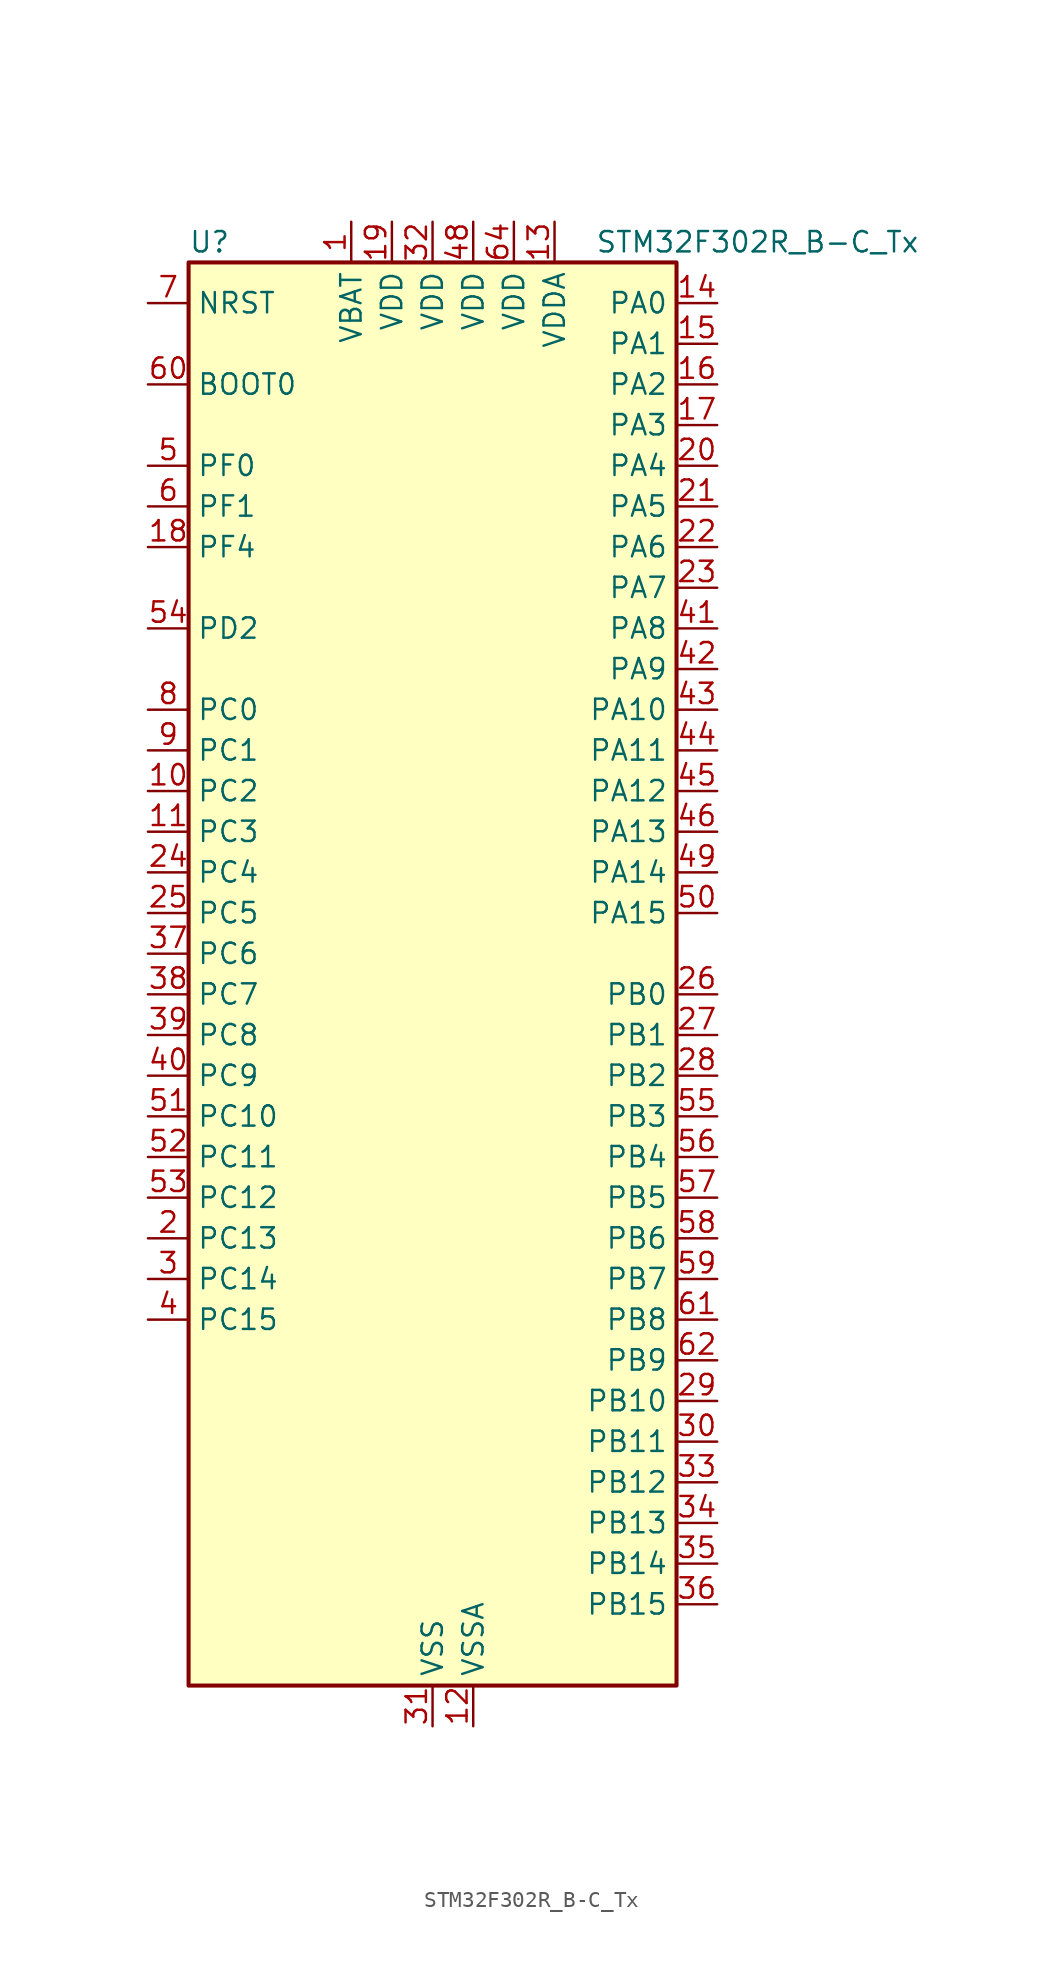
<source format=kicad_sym>
(kicad_symbol_lib
  (version 20231120)
  (generator "kicad_symbol_editor")
  (generator_version "8.0")
  (symbol "STM32F302R_B-C_Tx"
    (property "Reference" "U"
      (at -15.24 46.99 0)
      (effects (font (size 1.27 1.27)) (justify left)))
    (property "Value" "STM32F302R_B-C_Tx"
      (at 10.16 46.99 0)
      (effects (font (size 1.27 1.27)) (justify left)))
    (property "ki_locked" ""
      (at 0 0 0)
      (effects (font (size 1.27 1.27))))
    (symbol "STM32F302R_B-C_Tx_0_1"
      (rectangle (start -15.24 -43.18) (end 15.24 45.72) (stroke (width 0.254) (type default)) (fill (type background))))
    (symbol "STM32F302R_B-C_Tx_1_1"
      (pin power_in line (at -5.08 48.26 270) (length 2.54) (name "VBAT" (effects (font (size 1.27 1.27)))) (number "1" (effects (font (size 1.27 1.27)))))
      (pin bidirectional line (at -17.78 12.7 0) (length 2.54) (name "PC2" (effects (font (size 1.27 1.27)))) (number "10" (effects (font (size 1.27 1.27)))) (alternate "ADC1_IN8" bidirectional line) (alternate "ADC2_IN8" bidirectional line))
      (pin bidirectional line (at -17.78 10.16 0) (length 2.54) (name "PC3" (effects (font (size 1.27 1.27)))) (number "11" (effects (font (size 1.27 1.27)))) (alternate "ADC1_IN9" bidirectional line) (alternate "ADC2_IN9" bidirectional line) (alternate "TIM1_BKIN2" bidirectional line))
      (pin power_in line (at 2.54 -45.72 90) (length 2.54) (name "VSSA" (effects (font (size 1.27 1.27)))) (number "12" (effects (font (size 1.27 1.27)))))
      (pin power_in line (at 7.62 48.26 270) (length 2.54) (name "VDDA" (effects (font (size 1.27 1.27)))) (number "13" (effects (font (size 1.27 1.27)))))
      (pin bidirectional line (at 17.78 43.18 180) (length 2.54) (name "PA0" (effects (font (size 1.27 1.27)))) (number "14" (effects (font (size 1.27 1.27)))) (alternate "ADC1_IN1" bidirectional line) (alternate "COMP1_INM" bidirectional line) (alternate "COMP1_OUT" bidirectional line) (alternate "RTC_TAMP2" bidirectional line) (alternate "SYS_WKUP1" bidirectional line) (alternate "TIM2_CH1" bidirectional line) (alternate "TIM2_ETR" bidirectional line) (alternate "TSC_G1_IO1" bidirectional line) (alternate "USART2_CTS" bidirectional line))
      (pin bidirectional line (at 17.78 40.64 180) (length 2.54) (name "PA1" (effects (font (size 1.27 1.27)))) (number "15" (effects (font (size 1.27 1.27)))) (alternate "ADC1_IN2" bidirectional line) (alternate "COMP1_INP" bidirectional line) (alternate "OPAMP1_VINP" bidirectional line) (alternate "OPAMP1_VINP_SEC" bidirectional line) (alternate "RTC_REFIN" bidirectional line) (alternate "TIM15_CH1N" bidirectional line) (alternate "TIM2_CH2" bidirectional line) (alternate "TSC_G1_IO2" bidirectional line) (alternate "USART2_DE" bidirectional line) (alternate "USART2_RTS" bidirectional line))
      (pin bidirectional line (at 17.78 38.1 180) (length 2.54) (name "PA2" (effects (font (size 1.27 1.27)))) (number "16" (effects (font (size 1.27 1.27)))) (alternate "ADC1_IN3" bidirectional line) (alternate "COMP2_INM" bidirectional line) (alternate "COMP2_OUT" bidirectional line) (alternate "OPAMP1_VOUT" bidirectional line) (alternate "TIM15_CH1" bidirectional line) (alternate "TIM2_CH3" bidirectional line) (alternate "TSC_G1_IO3" bidirectional line) (alternate "USART2_TX" bidirectional line))
      (pin bidirectional line (at 17.78 35.56 180) (length 2.54) (name "PA3" (effects (font (size 1.27 1.27)))) (number "17" (effects (font (size 1.27 1.27)))) (alternate "ADC1_IN4" bidirectional line) (alternate "COMP2_INP" bidirectional line) (alternate "OPAMP1_VINM" bidirectional line) (alternate "OPAMP1_VINM_SEC" bidirectional line) (alternate "OPAMP1_VINP" bidirectional line) (alternate "OPAMP1_VINP_SEC" bidirectional line) (alternate "TIM15_CH2" bidirectional line) (alternate "TIM2_CH4" bidirectional line) (alternate "TSC_G1_IO4" bidirectional line) (alternate "USART2_RX" bidirectional line))
      (pin bidirectional line (at -17.78 27.94 0) (length 2.54) (name "PF4" (effects (font (size 1.27 1.27)))) (number "18" (effects (font (size 1.27 1.27)))) (alternate "ADC1_IN5" bidirectional line) (alternate "COMP1_OUT" bidirectional line))
      (pin power_in line (at -2.54 48.26 270) (length 2.54) (name "VDD" (effects (font (size 1.27 1.27)))) (number "19" (effects (font (size 1.27 1.27)))))
      (pin bidirectional line (at -17.78 -15.24 0) (length 2.54) (name "PC13" (effects (font (size 1.27 1.27)))) (number "2" (effects (font (size 1.27 1.27)))) (alternate "RTC_OUT_ALARM" bidirectional line) (alternate "RTC_OUT_CALIB" bidirectional line) (alternate "RTC_TAMP1" bidirectional line) (alternate "RTC_TS" bidirectional line) (alternate "SYS_WKUP2" bidirectional line) (alternate "TIM1_CH1N" bidirectional line))
      (pin bidirectional line (at 17.78 33.02 180) (length 2.54) (name "PA4" (effects (font (size 1.27 1.27)))) (number "20" (effects (font (size 1.27 1.27)))) (alternate "ADC2_IN1" bidirectional line) (alternate "COMP1_INM" bidirectional line) (alternate "COMP2_INM" bidirectional line) (alternate "COMP4_INM" bidirectional line) (alternate "COMP6_INM" bidirectional line) (alternate "DAC_OUT1" bidirectional line) (alternate "I2S3_WS" bidirectional line) (alternate "SPI1_NSS" bidirectional line) (alternate "SPI3_NSS" bidirectional line) (alternate "TIM3_CH2" bidirectional line) (alternate "TSC_G2_IO1" bidirectional line) (alternate "USART2_CK" bidirectional line))
      (pin bidirectional line (at 17.78 30.48 180) (length 2.54) (name "PA5" (effects (font (size 1.27 1.27)))) (number "21" (effects (font (size 1.27 1.27)))) (alternate "ADC2_IN2" bidirectional line) (alternate "COMP1_INM" bidirectional line) (alternate "COMP2_INM" bidirectional line) (alternate "COMP4_INM" bidirectional line) (alternate "COMP6_INM" bidirectional line) (alternate "OPAMP1_VINP" bidirectional line) (alternate "OPAMP1_VINP_SEC" bidirectional line) (alternate "OPAMP2_VINM" bidirectional line) (alternate "OPAMP2_VINM_SEC" bidirectional line) (alternate "SPI1_SCK" bidirectional line) (alternate "TIM2_CH1" bidirectional line) (alternate "TIM2_ETR" bidirectional line) (alternate "TSC_G2_IO2" bidirectional line))
      (pin bidirectional line (at 17.78 27.94 180) (length 2.54) (name "PA6" (effects (font (size 1.27 1.27)))) (number "22" (effects (font (size 1.27 1.27)))) (alternate "ADC2_IN3" bidirectional line) (alternate "COMP1_OUT" bidirectional line) (alternate "OPAMP2_VOUT" bidirectional line) (alternate "SPI1_MISO" bidirectional line) (alternate "TIM16_CH1" bidirectional line) (alternate "TIM1_BKIN" bidirectional line) (alternate "TIM3_CH1" bidirectional line) (alternate "TSC_G2_IO3" bidirectional line))
      (pin bidirectional line (at 17.78 25.4 180) (length 2.54) (name "PA7" (effects (font (size 1.27 1.27)))) (number "23" (effects (font (size 1.27 1.27)))) (alternate "ADC2_IN4" bidirectional line) (alternate "COMP2_INP" bidirectional line) (alternate "COMP2_OUT" bidirectional line) (alternate "OPAMP1_VINP" bidirectional line) (alternate "OPAMP1_VINP_SEC" bidirectional line) (alternate "OPAMP2_VINP" bidirectional line) (alternate "OPAMP2_VINP_SEC" bidirectional line) (alternate "SPI1_MOSI" bidirectional line) (alternate "TIM17_CH1" bidirectional line) (alternate "TIM1_CH1N" bidirectional line) (alternate "TIM3_CH2" bidirectional line) (alternate "TSC_G2_IO4" bidirectional line))
      (pin bidirectional line (at -17.78 7.62 0) (length 2.54) (name "PC4" (effects (font (size 1.27 1.27)))) (number "24" (effects (font (size 1.27 1.27)))) (alternate "ADC2_IN5" bidirectional line) (alternate "USART1_TX" bidirectional line))
      (pin bidirectional line (at -17.78 5.08 0) (length 2.54) (name "PC5" (effects (font (size 1.27 1.27)))) (number "25" (effects (font (size 1.27 1.27)))) (alternate "ADC2_IN11" bidirectional line) (alternate "OPAMP1_VINM" bidirectional line) (alternate "OPAMP1_VINM_SEC" bidirectional line) (alternate "OPAMP2_VINM" bidirectional line) (alternate "OPAMP2_VINM_SEC" bidirectional line) (alternate "TSC_G3_IO1" bidirectional line) (alternate "USART1_RX" bidirectional line))
      (pin bidirectional line (at 17.78 0 180) (length 2.54) (name "PB0" (effects (font (size 1.27 1.27)))) (number "26" (effects (font (size 1.27 1.27)))) (alternate "COMP4_INP" bidirectional line) (alternate "OPAMP2_VINP" bidirectional line) (alternate "OPAMP2_VINP_SEC" bidirectional line) (alternate "TIM1_CH2N" bidirectional line) (alternate "TIM3_CH3" bidirectional line) (alternate "TSC_G3_IO2" bidirectional line))
      (pin bidirectional line (at 17.78 -2.54 180) (length 2.54) (name "PB1" (effects (font (size 1.27 1.27)))) (number "27" (effects (font (size 1.27 1.27)))) (alternate "COMP4_OUT" bidirectional line) (alternate "TIM1_CH3N" bidirectional line) (alternate "TIM3_CH4" bidirectional line) (alternate "TSC_G3_IO3" bidirectional line))
      (pin bidirectional line (at 17.78 -5.08 180) (length 2.54) (name "PB2" (effects (font (size 1.27 1.27)))) (number "28" (effects (font (size 1.27 1.27)))) (alternate "ADC2_IN12" bidirectional line) (alternate "COMP4_INM" bidirectional line) (alternate "TSC_G3_IO4" bidirectional line))
      (pin bidirectional line (at 17.78 -25.4 180) (length 2.54) (name "PB10" (effects (font (size 1.27 1.27)))) (number "29" (effects (font (size 1.27 1.27)))) (alternate "TIM2_CH3" bidirectional line) (alternate "TSC_SYNC" bidirectional line) (alternate "USART3_TX" bidirectional line))
      (pin bidirectional line (at -17.78 -17.78 0) (length 2.54) (name "PC14" (effects (font (size 1.27 1.27)))) (number "3" (effects (font (size 1.27 1.27)))) (alternate "RCC_OSC32_IN" bidirectional line))
      (pin bidirectional line (at 17.78 -27.94 180) (length 2.54) (name "PB11" (effects (font (size 1.27 1.27)))) (number "30" (effects (font (size 1.27 1.27)))) (alternate "ADC1_EXTI11" bidirectional line) (alternate "ADC2_EXTI11" bidirectional line) (alternate "COMP6_INP" bidirectional line) (alternate "TIM2_CH4" bidirectional line) (alternate "TSC_G6_IO1" bidirectional line) (alternate "USART3_RX" bidirectional line))
      (pin power_in line (at 0 -45.72 90) (length 2.54) (name "VSS" (effects (font (size 1.27 1.27)))) (number "31" (effects (font (size 1.27 1.27)))))
      (pin power_in line (at 0 48.26 270) (length 2.54) (name "VDD" (effects (font (size 1.27 1.27)))) (number "32" (effects (font (size 1.27 1.27)))))
      (pin bidirectional line (at 17.78 -30.48 180) (length 2.54) (name "PB12" (effects (font (size 1.27 1.27)))) (number "33" (effects (font (size 1.27 1.27)))) (alternate "I2C2_SMBA" bidirectional line) (alternate "I2S2_WS" bidirectional line) (alternate "SPI2_NSS" bidirectional line) (alternate "TIM1_BKIN" bidirectional line) (alternate "TSC_G6_IO2" bidirectional line) (alternate "USART3_CK" bidirectional line))
      (pin bidirectional line (at 17.78 -33.02 180) (length 2.54) (name "PB13" (effects (font (size 1.27 1.27)))) (number "34" (effects (font (size 1.27 1.27)))) (alternate "I2S2_CK" bidirectional line) (alternate "SPI2_SCK" bidirectional line) (alternate "TIM1_CH1N" bidirectional line) (alternate "TSC_G6_IO3" bidirectional line) (alternate "USART3_CTS" bidirectional line))
      (pin bidirectional line (at 17.78 -35.56 180) (length 2.54) (name "PB14" (effects (font (size 1.27 1.27)))) (number "35" (effects (font (size 1.27 1.27)))) (alternate "I2S2_ext_SD" bidirectional line) (alternate "OPAMP2_VINP" bidirectional line) (alternate "OPAMP2_VINP_SEC" bidirectional line) (alternate "SPI2_MISO" bidirectional line) (alternate "TIM15_CH1" bidirectional line) (alternate "TIM1_CH2N" bidirectional line) (alternate "TSC_G6_IO4" bidirectional line) (alternate "USART3_DE" bidirectional line) (alternate "USART3_RTS" bidirectional line))
      (pin bidirectional line (at 17.78 -38.1 180) (length 2.54) (name "PB15" (effects (font (size 1.27 1.27)))) (number "36" (effects (font (size 1.27 1.27)))) (alternate "ADC1_EXTI15" bidirectional line) (alternate "ADC2_EXTI15" bidirectional line) (alternate "COMP6_INM" bidirectional line) (alternate "I2S2_SD" bidirectional line) (alternate "RTC_REFIN" bidirectional line) (alternate "SPI2_MOSI" bidirectional line) (alternate "TIM15_CH1N" bidirectional line) (alternate "TIM15_CH2" bidirectional line) (alternate "TIM1_CH3N" bidirectional line))
      (pin bidirectional line (at -17.78 2.54 0) (length 2.54) (name "PC6" (effects (font (size 1.27 1.27)))) (number "37" (effects (font (size 1.27 1.27)))) (alternate "COMP6_OUT" bidirectional line) (alternate "I2S2_MCK" bidirectional line) (alternate "TIM3_CH1" bidirectional line))
      (pin bidirectional line (at -17.78 0 0) (length 2.54) (name "PC7" (effects (font (size 1.27 1.27)))) (number "38" (effects (font (size 1.27 1.27)))) (alternate "I2S3_MCK" bidirectional line) (alternate "TIM3_CH2" bidirectional line))
      (pin bidirectional line (at -17.78 -2.54 0) (length 2.54) (name "PC8" (effects (font (size 1.27 1.27)))) (number "39" (effects (font (size 1.27 1.27)))) (alternate "TIM3_CH3" bidirectional line))
      (pin bidirectional line (at -17.78 -20.32 0) (length 2.54) (name "PC15" (effects (font (size 1.27 1.27)))) (number "4" (effects (font (size 1.27 1.27)))) (alternate "ADC1_EXTI15" bidirectional line) (alternate "ADC2_EXTI15" bidirectional line) (alternate "RCC_OSC32_OUT" bidirectional line))
      (pin bidirectional line (at -17.78 -5.08 0) (length 2.54) (name "PC9" (effects (font (size 1.27 1.27)))) (number "40" (effects (font (size 1.27 1.27)))) (alternate "DAC_EXTI9" bidirectional line) (alternate "I2S_CKIN" bidirectional line) (alternate "TIM3_CH4" bidirectional line))
      (pin bidirectional line (at 17.78 22.86 180) (length 2.54) (name "PA8" (effects (font (size 1.27 1.27)))) (number "41" (effects (font (size 1.27 1.27)))) (alternate "I2C2_SMBA" bidirectional line) (alternate "I2S2_MCK" bidirectional line) (alternate "RCC_MCO" bidirectional line) (alternate "TIM1_CH1" bidirectional line) (alternate "TIM4_ETR" bidirectional line) (alternate "USART1_CK" bidirectional line))
      (pin bidirectional line (at 17.78 20.32 180) (length 2.54) (name "PA9" (effects (font (size 1.27 1.27)))) (number "42" (effects (font (size 1.27 1.27)))) (alternate "DAC_EXTI9" bidirectional line) (alternate "I2C2_SCL" bidirectional line) (alternate "I2S3_MCK" bidirectional line) (alternate "TIM15_BKIN" bidirectional line) (alternate "TIM1_CH2" bidirectional line) (alternate "TIM2_CH3" bidirectional line) (alternate "TSC_G4_IO1" bidirectional line) (alternate "USART1_TX" bidirectional line))
      (pin bidirectional line (at 17.78 17.78 180) (length 2.54) (name "PA10" (effects (font (size 1.27 1.27)))) (number "43" (effects (font (size 1.27 1.27)))) (alternate "COMP6_OUT" bidirectional line) (alternate "I2C2_SDA" bidirectional line) (alternate "TIM17_BKIN" bidirectional line) (alternate "TIM1_CH3" bidirectional line) (alternate "TIM2_CH4" bidirectional line) (alternate "TSC_G4_IO2" bidirectional line) (alternate "USART1_RX" bidirectional line))
      (pin bidirectional line (at 17.78 15.24 180) (length 2.54) (name "PA11" (effects (font (size 1.27 1.27)))) (number "44" (effects (font (size 1.27 1.27)))) (alternate "ADC1_EXTI11" bidirectional line) (alternate "ADC2_EXTI11" bidirectional line) (alternate "CAN_RX" bidirectional line) (alternate "COMP1_OUT" bidirectional line) (alternate "TIM1_BKIN2" bidirectional line) (alternate "TIM1_CH1N" bidirectional line) (alternate "TIM1_CH4" bidirectional line) (alternate "TIM4_CH1" bidirectional line) (alternate "USART1_CTS" bidirectional line) (alternate "USB_DM" bidirectional line))
      (pin bidirectional line (at 17.78 12.7 180) (length 2.54) (name "PA12" (effects (font (size 1.27 1.27)))) (number "45" (effects (font (size 1.27 1.27)))) (alternate "CAN_TX" bidirectional line) (alternate "COMP2_OUT" bidirectional line) (alternate "TIM16_CH1" bidirectional line) (alternate "TIM1_CH2N" bidirectional line) (alternate "TIM1_ETR" bidirectional line) (alternate "TIM4_CH2" bidirectional line) (alternate "USART1_DE" bidirectional line) (alternate "USART1_RTS" bidirectional line) (alternate "USB_DP" bidirectional line))
      (pin bidirectional line (at 17.78 10.16 180) (length 2.54) (name "PA13" (effects (font (size 1.27 1.27)))) (number "46" (effects (font (size 1.27 1.27)))) (alternate "IR_OUT" bidirectional line) (alternate "SYS_JTMS-SWDIO" bidirectional line) (alternate "TIM16_CH1N" bidirectional line) (alternate "TIM4_CH3" bidirectional line) (alternate "TSC_G4_IO3" bidirectional line) (alternate "USART3_CTS" bidirectional line))
      (pin passive line (at 0 -45.72 90) (length 2.54) hide (name "VSS" (effects (font (size 1.27 1.27)))) (number "47" (effects (font (size 1.27 1.27)))))
      (pin power_in line (at 2.54 48.26 270) (length 2.54) (name "VDD" (effects (font (size 1.27 1.27)))) (number "48" (effects (font (size 1.27 1.27)))))
      (pin bidirectional line (at 17.78 7.62 180) (length 2.54) (name "PA14" (effects (font (size 1.27 1.27)))) (number "49" (effects (font (size 1.27 1.27)))) (alternate "I2C1_SDA" bidirectional line) (alternate "SYS_JTCK-SWCLK" bidirectional line) (alternate "TIM1_BKIN" bidirectional line) (alternate "TSC_G4_IO4" bidirectional line) (alternate "USART2_TX" bidirectional line))
      (pin bidirectional line (at -17.78 33.02 0) (length 2.54) (name "PF0" (effects (font (size 1.27 1.27)))) (number "5" (effects (font (size 1.27 1.27)))) (alternate "I2C2_SDA" bidirectional line) (alternate "RCC_OSC_IN" bidirectional line) (alternate "TIM1_CH3N" bidirectional line))
      (pin bidirectional line (at 17.78 5.08 180) (length 2.54) (name "PA15" (effects (font (size 1.27 1.27)))) (number "50" (effects (font (size 1.27 1.27)))) (alternate "ADC1_EXTI15" bidirectional line) (alternate "ADC2_EXTI15" bidirectional line) (alternate "I2C1_SCL" bidirectional line) (alternate "I2S3_WS" bidirectional line) (alternate "SPI1_NSS" bidirectional line) (alternate "SPI3_NSS" bidirectional line) (alternate "SYS_JTDI" bidirectional line) (alternate "TIM1_BKIN" bidirectional line) (alternate "TIM2_CH1" bidirectional line) (alternate "TIM2_ETR" bidirectional line) (alternate "USART2_RX" bidirectional line))
      (pin bidirectional line (at -17.78 -7.62 0) (length 2.54) (name "PC10" (effects (font (size 1.27 1.27)))) (number "51" (effects (font (size 1.27 1.27)))) (alternate "I2S3_CK" bidirectional line) (alternate "SPI3_SCK" bidirectional line) (alternate "UART4_TX" bidirectional line) (alternate "USART3_TX" bidirectional line))
      (pin bidirectional line (at -17.78 -10.16 0) (length 2.54) (name "PC11" (effects (font (size 1.27 1.27)))) (number "52" (effects (font (size 1.27 1.27)))) (alternate "ADC1_EXTI11" bidirectional line) (alternate "ADC2_EXTI11" bidirectional line) (alternate "I2S3_ext_SD" bidirectional line) (alternate "SPI3_MISO" bidirectional line) (alternate "UART4_RX" bidirectional line) (alternate "USART3_RX" bidirectional line))
      (pin bidirectional line (at -17.78 -12.7 0) (length 2.54) (name "PC12" (effects (font (size 1.27 1.27)))) (number "53" (effects (font (size 1.27 1.27)))) (alternate "I2S3_SD" bidirectional line) (alternate "SPI3_MOSI" bidirectional line) (alternate "UART5_TX" bidirectional line) (alternate "USART3_CK" bidirectional line))
      (pin bidirectional line (at -17.78 22.86 0) (length 2.54) (name "PD2" (effects (font (size 1.27 1.27)))) (number "54" (effects (font (size 1.27 1.27)))) (alternate "TIM3_ETR" bidirectional line) (alternate "UART5_RX" bidirectional line))
      (pin bidirectional line (at 17.78 -7.62 180) (length 2.54) (name "PB3" (effects (font (size 1.27 1.27)))) (number "55" (effects (font (size 1.27 1.27)))) (alternate "I2S3_CK" bidirectional line) (alternate "SPI1_SCK" bidirectional line) (alternate "SPI3_SCK" bidirectional line) (alternate "SYS_JTDO-TRACESWO" bidirectional line) (alternate "TIM2_CH2" bidirectional line) (alternate "TIM3_ETR" bidirectional line) (alternate "TIM4_ETR" bidirectional line) (alternate "TSC_G5_IO1" bidirectional line) (alternate "USART2_TX" bidirectional line))
      (pin bidirectional line (at 17.78 -10.16 180) (length 2.54) (name "PB4" (effects (font (size 1.27 1.27)))) (number "56" (effects (font (size 1.27 1.27)))) (alternate "I2S3_ext_SD" bidirectional line) (alternate "SPI1_MISO" bidirectional line) (alternate "SPI3_MISO" bidirectional line) (alternate "SYS_NJTRST" bidirectional line) (alternate "TIM16_CH1" bidirectional line) (alternate "TIM17_BKIN" bidirectional line) (alternate "TIM3_CH1" bidirectional line) (alternate "TSC_G5_IO2" bidirectional line) (alternate "USART2_RX" bidirectional line))
      (pin bidirectional line (at 17.78 -12.7 180) (length 2.54) (name "PB5" (effects (font (size 1.27 1.27)))) (number "57" (effects (font (size 1.27 1.27)))) (alternate "I2C1_SMBA" bidirectional line) (alternate "I2S3_SD" bidirectional line) (alternate "SPI1_MOSI" bidirectional line) (alternate "SPI3_MOSI" bidirectional line) (alternate "TIM16_BKIN" bidirectional line) (alternate "TIM17_CH1" bidirectional line) (alternate "TIM3_CH2" bidirectional line) (alternate "USART2_CK" bidirectional line))
      (pin bidirectional line (at 17.78 -15.24 180) (length 2.54) (name "PB6" (effects (font (size 1.27 1.27)))) (number "58" (effects (font (size 1.27 1.27)))) (alternate "I2C1_SCL" bidirectional line) (alternate "TIM16_CH1N" bidirectional line) (alternate "TIM4_CH1" bidirectional line) (alternate "TSC_G5_IO3" bidirectional line) (alternate "USART1_TX" bidirectional line))
      (pin bidirectional line (at 17.78 -17.78 180) (length 2.54) (name "PB7" (effects (font (size 1.27 1.27)))) (number "59" (effects (font (size 1.27 1.27)))) (alternate "I2C1_SDA" bidirectional line) (alternate "TIM17_CH1N" bidirectional line) (alternate "TIM3_CH4" bidirectional line) (alternate "TIM4_CH2" bidirectional line) (alternate "TSC_G5_IO4" bidirectional line) (alternate "USART1_RX" bidirectional line))
      (pin bidirectional line (at -17.78 30.48 0) (length 2.54) (name "PF1" (effects (font (size 1.27 1.27)))) (number "6" (effects (font (size 1.27 1.27)))) (alternate "I2C2_SCL" bidirectional line) (alternate "RCC_OSC_OUT" bidirectional line))
      (pin input line (at -17.78 38.1 0) (length 2.54) (name "BOOT0" (effects (font (size 1.27 1.27)))) (number "60" (effects (font (size 1.27 1.27)))))
      (pin bidirectional line (at 17.78 -20.32 180) (length 2.54) (name "PB8" (effects (font (size 1.27 1.27)))) (number "61" (effects (font (size 1.27 1.27)))) (alternate "CAN_RX" bidirectional line) (alternate "COMP1_OUT" bidirectional line) (alternate "I2C1_SCL" bidirectional line) (alternate "TIM16_CH1" bidirectional line) (alternate "TIM1_BKIN" bidirectional line) (alternate "TIM4_CH3" bidirectional line) (alternate "TSC_SYNC" bidirectional line))
      (pin bidirectional line (at 17.78 -22.86 180) (length 2.54) (name "PB9" (effects (font (size 1.27 1.27)))) (number "62" (effects (font (size 1.27 1.27)))) (alternate "CAN_TX" bidirectional line) (alternate "COMP2_OUT" bidirectional line) (alternate "DAC_EXTI9" bidirectional line) (alternate "I2C1_SDA" bidirectional line) (alternate "IR_OUT" bidirectional line) (alternate "TIM17_CH1" bidirectional line) (alternate "TIM4_CH4" bidirectional line))
      (pin passive line (at 0 -45.72 90) (length 2.54) hide (name "VSS" (effects (font (size 1.27 1.27)))) (number "63" (effects (font (size 1.27 1.27)))))
      (pin power_in line (at 5.08 48.26 270) (length 2.54) (name "VDD" (effects (font (size 1.27 1.27)))) (number "64" (effects (font (size 1.27 1.27)))))
      (pin input line (at -17.78 43.18 0) (length 2.54) (name "NRST" (effects (font (size 1.27 1.27)))) (number "7" (effects (font (size 1.27 1.27)))))
      (pin bidirectional line (at -17.78 17.78 0) (length 2.54) (name "PC0" (effects (font (size 1.27 1.27)))) (number "8" (effects (font (size 1.27 1.27)))) (alternate "ADC1_IN6" bidirectional line) (alternate "ADC2_IN6" bidirectional line))
      (pin bidirectional line (at -17.78 15.24 0) (length 2.54) (name "PC1" (effects (font (size 1.27 1.27)))) (number "9" (effects (font (size 1.27 1.27)))) (alternate "ADC1_IN7" bidirectional line) (alternate "ADC2_IN7" bidirectional line)))))
</source>
